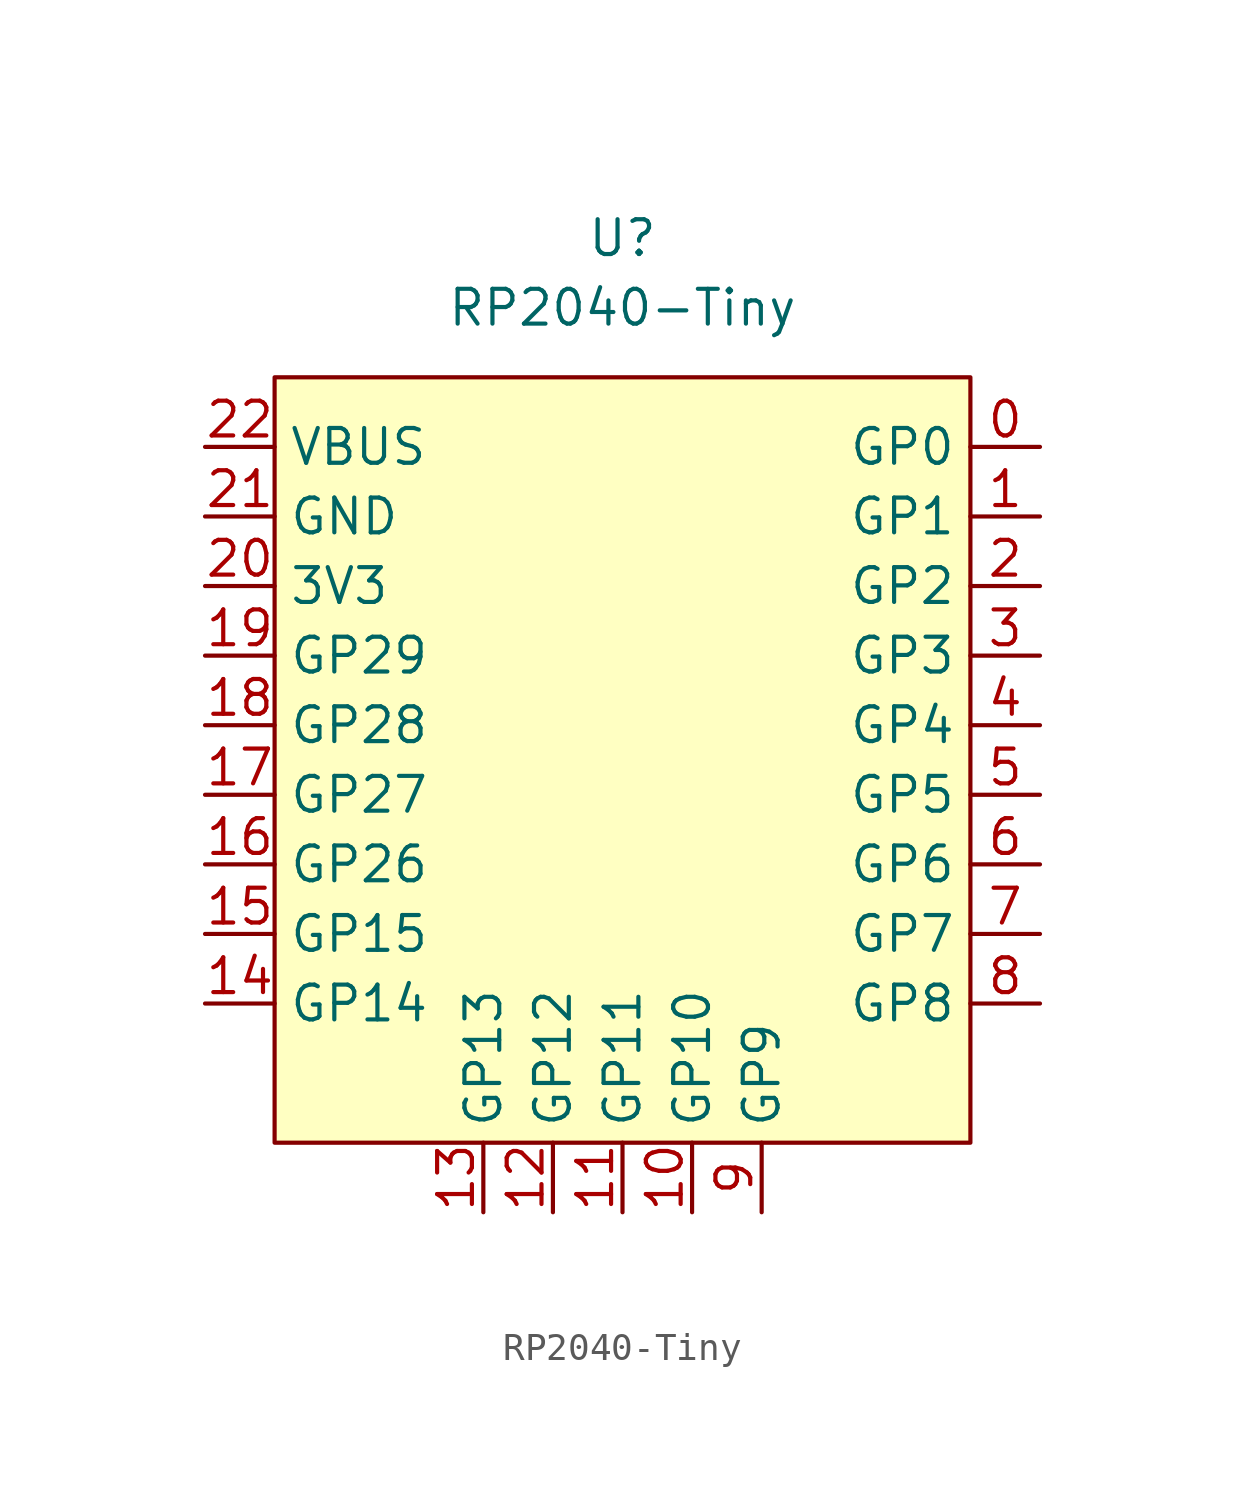
<source format=kicad_sym>
(kicad_symbol_lib
  (version 20220914)
  (generator kicad_symbol_editor)
  (symbol "RP2040-Tiny"
    (property "Reference" "U"
      (at -6.35 5.08 0)
      (effects (font (size 1.27 1.27))))
    (property "Value" "RP2040-Tiny"
      (at -6.35 2.54 0)
      (effects (font (size 1.27 1.27))))
    (symbol "RP2040-Tiny_1_1"
      (rectangle (start -19.05 0) (end 6.35 -27.94) (stroke (width 0) (type default)) (fill (type background)))
      (pin bidirectional line (at 8.89 -2.54 180) (length 2.54) (name "GP0" (effects (font (size 1.27 1.27)))) (number "0" (effects (font (size 1.27 1.27)))))
      (pin bidirectional line (at 8.89 -5.08 180) (length 2.54) (name "GP1" (effects (font (size 1.27 1.27)))) (number "1" (effects (font (size 1.27 1.27)))))
      (pin bidirectional line (at -3.81 -30.48 90) (length 2.54) (name "GP10" (effects (font (size 1.27 1.27)))) (number "10" (effects (font (size 1.27 1.27)))))
      (pin bidirectional line (at -6.35 -30.48 90) (length 2.54) (name "GP11" (effects (font (size 1.27 1.27)))) (number "11" (effects (font (size 1.27 1.27)))))
      (pin bidirectional line (at -8.89 -30.48 90) (length 2.54) (name "GP12" (effects (font (size 1.27 1.27)))) (number "12" (effects (font (size 1.27 1.27)))))
      (pin bidirectional line (at -11.43 -30.48 90) (length 2.54) (name "GP13" (effects (font (size 1.27 1.27)))) (number "13" (effects (font (size 1.27 1.27)))))
      (pin bidirectional line (at -21.59 -22.86 0) (length 2.54) (name "GP14" (effects (font (size 1.27 1.27)))) (number "14" (effects (font (size 1.27 1.27)))))
      (pin bidirectional line (at -21.59 -20.32 0) (length 2.54) (name "GP15" (effects (font (size 1.27 1.27)))) (number "15" (effects (font (size 1.27 1.27)))))
      (pin bidirectional line (at -21.59 -17.78 0) (length 2.54) (name "GP26" (effects (font (size 1.27 1.27)))) (number "16" (effects (font (size 1.27 1.27)))))
      (pin bidirectional line (at -21.59 -15.24 0) (length 2.54) (name "GP27" (effects (font (size 1.27 1.27)))) (number "17" (effects (font (size 1.27 1.27)))))
      (pin bidirectional line (at -21.59 -12.7 0) (length 2.54) (name "GP28" (effects (font (size 1.27 1.27)))) (number "18" (effects (font (size 1.27 1.27)))))
      (pin bidirectional line (at -21.59 -10.16 0) (length 2.54) (name "GP29" (effects (font (size 1.27 1.27)))) (number "19" (effects (font (size 1.27 1.27)))))
      (pin bidirectional line (at 8.89 -7.62 180) (length 2.54) (name "GP2" (effects (font (size 1.27 1.27)))) (number "2" (effects (font (size 1.27 1.27)))))
      (pin power_out line (at -21.59 -7.62 0) (length 2.54) (name "3V3" (effects (font (size 1.27 1.27)))) (number "20" (effects (font (size 1.27 1.27)))))
      (pin power_in line (at -21.59 -5.08 0) (length 2.54) (name "GND" (effects (font (size 1.27 1.27)))) (number "21" (effects (font (size 1.27 1.27)))))
      (pin power_out line (at -21.59 -2.54 0) (length 2.54) (name "VBUS" (effects (font (size 1.27 1.27)))) (number "22" (effects (font (size 1.27 1.27)))))
      (pin bidirectional line (at 8.89 -10.16 180) (length 2.54) (name "GP3" (effects (font (size 1.27 1.27)))) (number "3" (effects (font (size 1.27 1.27)))))
      (pin bidirectional line (at 8.89 -12.7 180) (length 2.54) (name "GP4" (effects (font (size 1.27 1.27)))) (number "4" (effects (font (size 1.27 1.27)))))
      (pin bidirectional line (at 8.89 -15.24 180) (length 2.54) (name "GP5" (effects (font (size 1.27 1.27)))) (number "5" (effects (font (size 1.27 1.27)))))
      (pin bidirectional line (at 8.89 -17.78 180) (length 2.54) (name "GP6" (effects (font (size 1.27 1.27)))) (number "6" (effects (font (size 1.27 1.27)))))
      (pin bidirectional line (at 8.89 -20.32 180) (length 2.54) (name "GP7" (effects (font (size 1.27 1.27)))) (number "7" (effects (font (size 1.27 1.27)))))
      (pin bidirectional line (at 8.89 -22.86 180) (length 2.54) (name "GP8" (effects (font (size 1.27 1.27)))) (number "8" (effects (font (size 1.27 1.27)))))
      (pin bidirectional line (at -1.27 -30.48 90) (length 2.54) (name "GP9" (effects (font (size 1.27 1.27)))) (number "9" (effects (font (size 1.27 1.27))))))))
</source>
